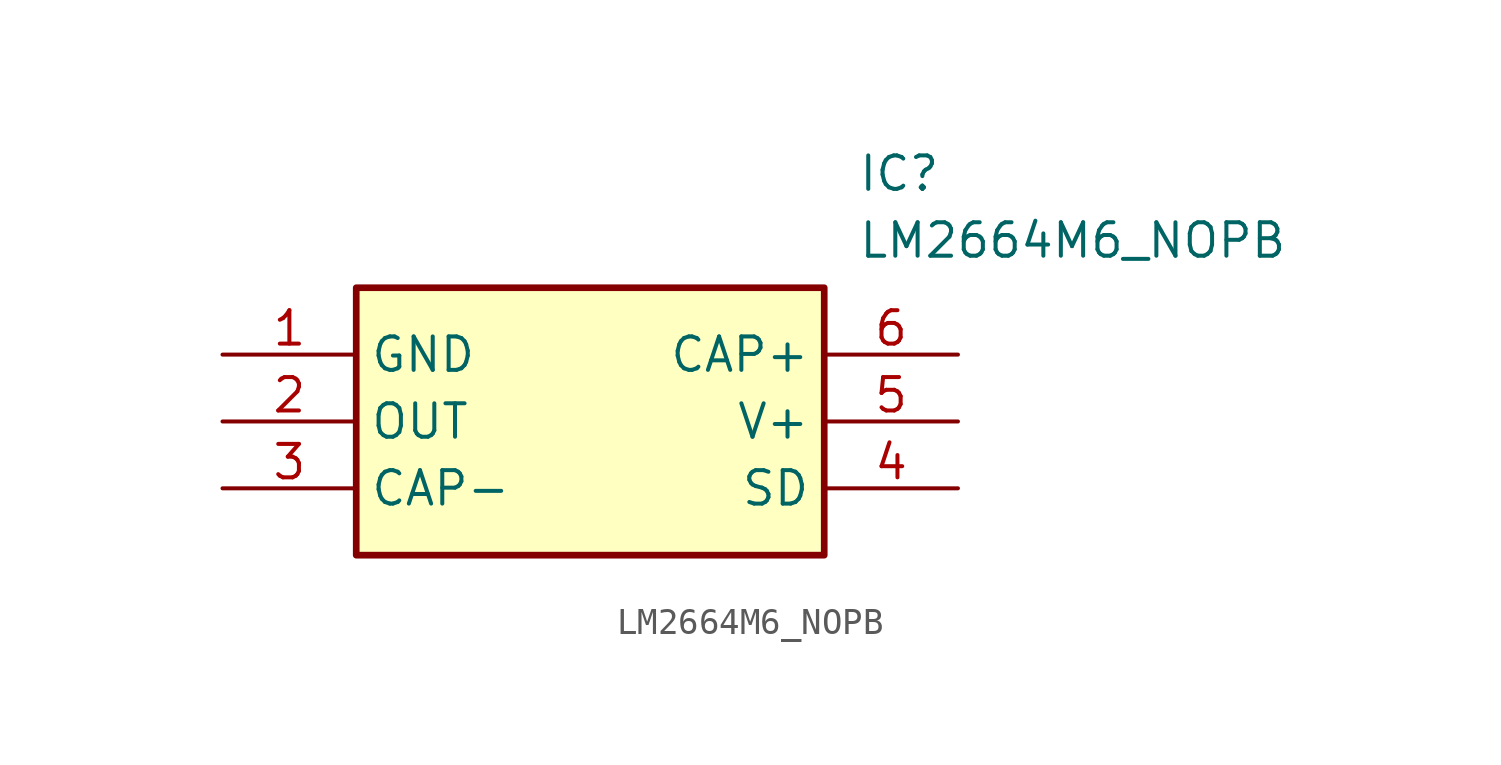
<source format=kicad_sym>
(kicad_symbol_lib
  (version 20211014)
  (generator SamacSys_ECAD_Model)
  (symbol "LM2664M6_NOPB"
    (property "Reference" "IC"
      (at 24.13 7.62 0)
      (effects (font (size 1.27 1.27)) (justify left top)))
    (property "Value" "LM2664M6_NOPB"
      (at 24.13 5.08 0)
      (effects (font (size 1.27 1.27)) (justify left top)))
    (rectangle
      (start 5.08 2.54)
      (end 22.86 -7.62)
      (stroke (width 0.254) (type default))
      (fill (type background)))
    (pin passive line
      (at 0 0 0)
      (length 5.08)
      (name "GND" (effects (font (size 1.27 1.27))))
      (number "1" (effects (font (size 1.27 1.27)))))
    (pin passive line
      (at 0 -2.54 0)
      (length 5.08)
      (name "OUT" (effects (font (size 1.27 1.27))))
      (number "2" (effects (font (size 1.27 1.27)))))
    (pin passive line
      (at 0 -5.08 0)
      (length 5.08)
      (name "CAP-" (effects (font (size 1.27 1.27))))
      (number "3" (effects (font (size 1.27 1.27)))))
    (pin passive line
      (at 27.94 0 180)
      (length 5.08)
      (name "CAP+" (effects (font (size 1.27 1.27))))
      (number "6" (effects (font (size 1.27 1.27)))))
    (pin passive line
      (at 27.94 -2.54 180)
      (length 5.08)
      (name "V+" (effects (font (size 1.27 1.27))))
      (number "5" (effects (font (size 1.27 1.27)))))
    (pin passive line
      (at 27.94 -5.08 180)
      (length 5.08)
      (name "SD" (effects (font (size 1.27 1.27))))
      (number "4" (effects (font (size 1.27 1.27)))))))
</source>
